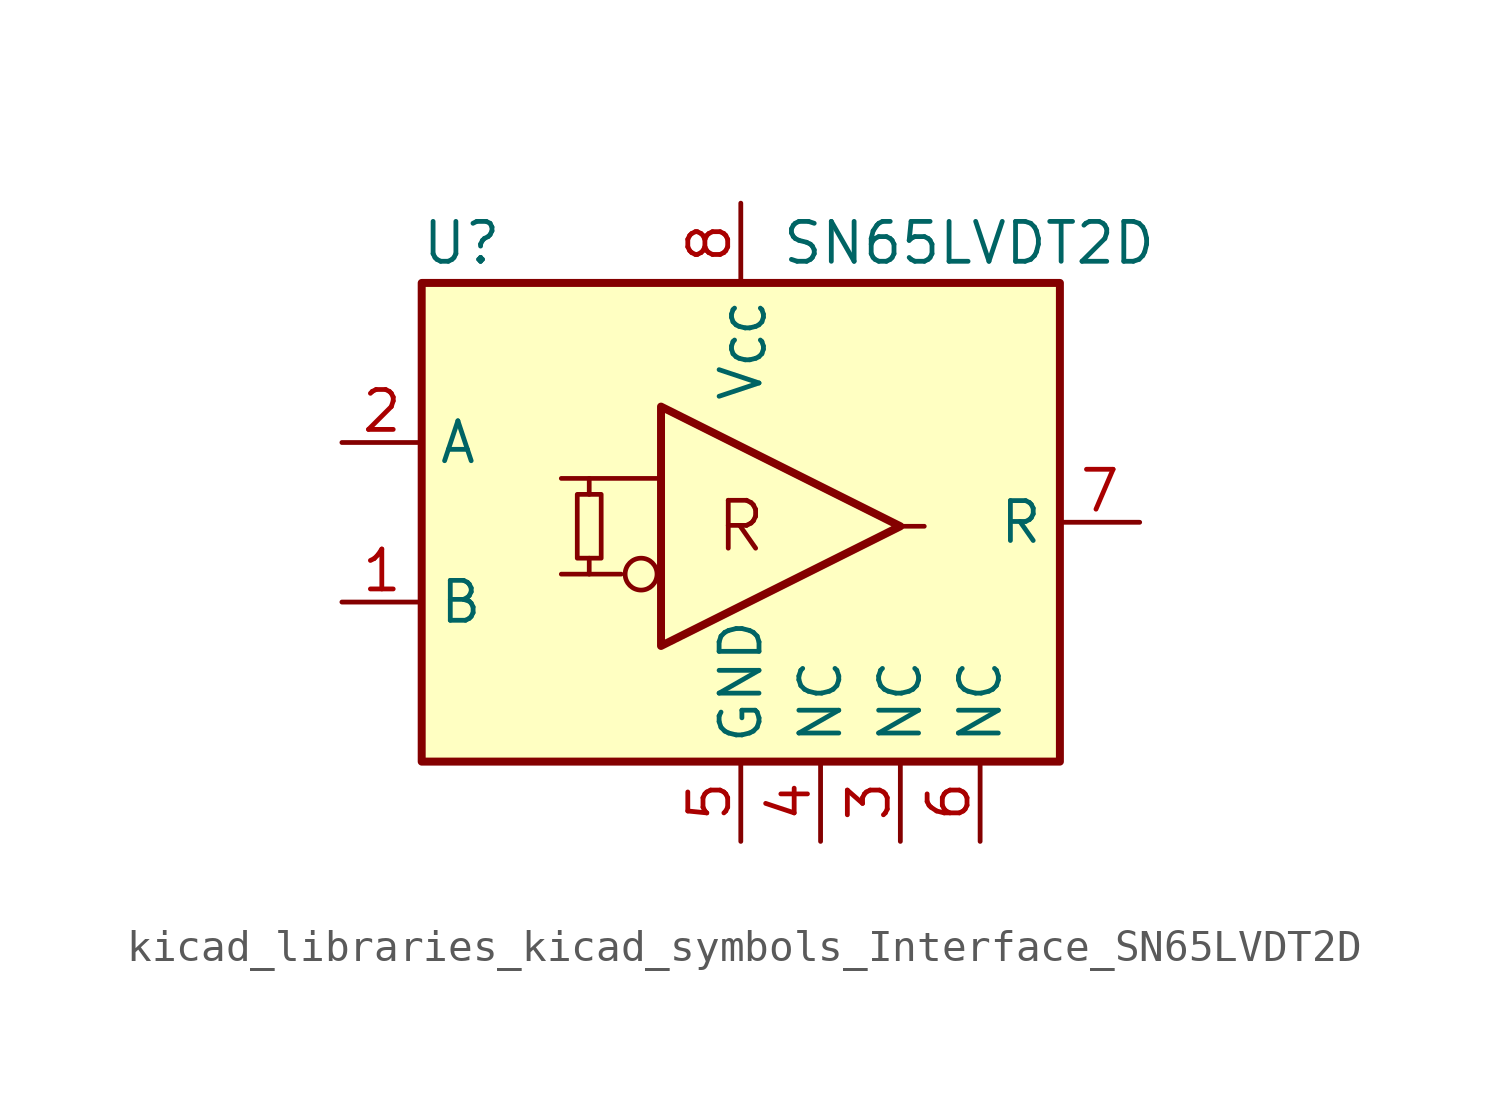
<source format=kicad_sym>
(kicad_symbol_lib
  (version 20220914)
  (generator kicad_symbol_editor)
  (symbol "kicad_libraries_kicad_symbols_Interface_SN65LVDT2D"
    (property "Reference" "U"
      (at -8.89 8.89 0)
      (effects (font (size 1.27 1.27))))
    (property "Value" "SN65LVDT2D"
      (at 1.27 8.89 0)
      (effects (font (size 1.27 1.27)) (justify left)))
    (symbol "kicad_libraries_kicad_symbols_Interface_SN65LVDT2D_0_1"
      (rectangle (start -5.207 0.889) (end -4.445 -1.143) (stroke (width 0.15) (type default) (color 0 0 0 0)) (fill (type background)))
      (polyline (pts (xy -4.826 -1.143) (xy -4.826 -1.651)) (stroke (width 0.15) (type default) (color 0 0 0 0)) (fill (type none)))
      (polyline (pts (xy -4.826 1.397) (xy -4.826 0.889)) (stroke (width 0.15) (type default) (color 0 0 0 0)) (fill (type none))))
    (symbol "kicad_libraries_kicad_symbols_Interface_SN65LVDT2D_1_0"
      (rectangle (start -10.16 7.62) (end 10.16 -7.62) (stroke (width 0.254) (type default) (color 0 0 0 0)) (fill (type background)))
      (circle (center -3.175 -1.651) (radius 0.508) (stroke (width 0.15) (type default) (color 0 0 0 0)) (fill (type none)))
      (text "R" (at 0 -0.127 0) (effects (font (size 1.524 1.524)))))
    (symbol "kicad_libraries_kicad_symbols_Interface_SN65LVDT2D_1_1"
      (polyline (pts (xy -5.715 -1.651) (xy -3.81 -1.651)) (stroke (width 0.15) (type default) (color 0 0 0 0)) (fill (type none)))
      (polyline (pts (xy -5.715 1.397) (xy -2.667 1.397)) (stroke (width 0.15) (type default) (color 0 0 0 0)) (fill (type none)))
      (polyline (pts (xy 5.842 -0.127) (xy 5.08 -0.127)) (stroke (width 0.15) (type default) (color 0 0 0 0)) (fill (type none)))
      (polyline (pts (xy -2.54 -3.937) (xy -2.54 3.683) (xy 5.08 -0.127) (xy -2.54 -3.937)) (stroke (width 0.254) (type default) (color 0 0 0 0)) (fill (type none)))
      (pin input line (at -12.7 -2.54 0) (length 2.54) (name "B" (effects (font (size 1.27 1.27)))) (number "1" (effects (font (size 1.27 1.27)))))
      (pin input line (at -12.7 2.54 0) (length 2.54) (name "A" (effects (font (size 1.27 1.27)))) (number "2" (effects (font (size 1.27 1.27)))))
      (pin passive line (at 5.08 -10.16 90) (length 2.54) (name "NC" (effects (font (size 1.27 1.27)))) (number "3" (effects (font (size 1.27 1.27)))))
      (pin passive line (at 2.54 -10.16 90) (length 2.54) (name "NC" (effects (font (size 1.27 1.27)))) (number "4" (effects (font (size 1.27 1.27)))))
      (pin power_in line (at 0 -10.16 90) (length 2.54) (name "GND" (effects (font (size 1.27 1.27)))) (number "5" (effects (font (size 1.27 1.27)))))
      (pin passive line (at 7.62 -10.16 90) (length 2.54) (name "NC" (effects (font (size 1.27 1.27)))) (number "6" (effects (font (size 1.27 1.27)))))
      (pin output line (at 12.7 0 180) (length 2.54) (name "R" (effects (font (size 1.27 1.27)))) (number "7" (effects (font (size 1.27 1.27)))))
      (pin power_in line (at 0 10.16 270) (length 2.54) (name "V_{CC}" (effects (font (size 1.27 1.27)))) (number "8" (effects (font (size 1.27 1.27))))))))
</source>
